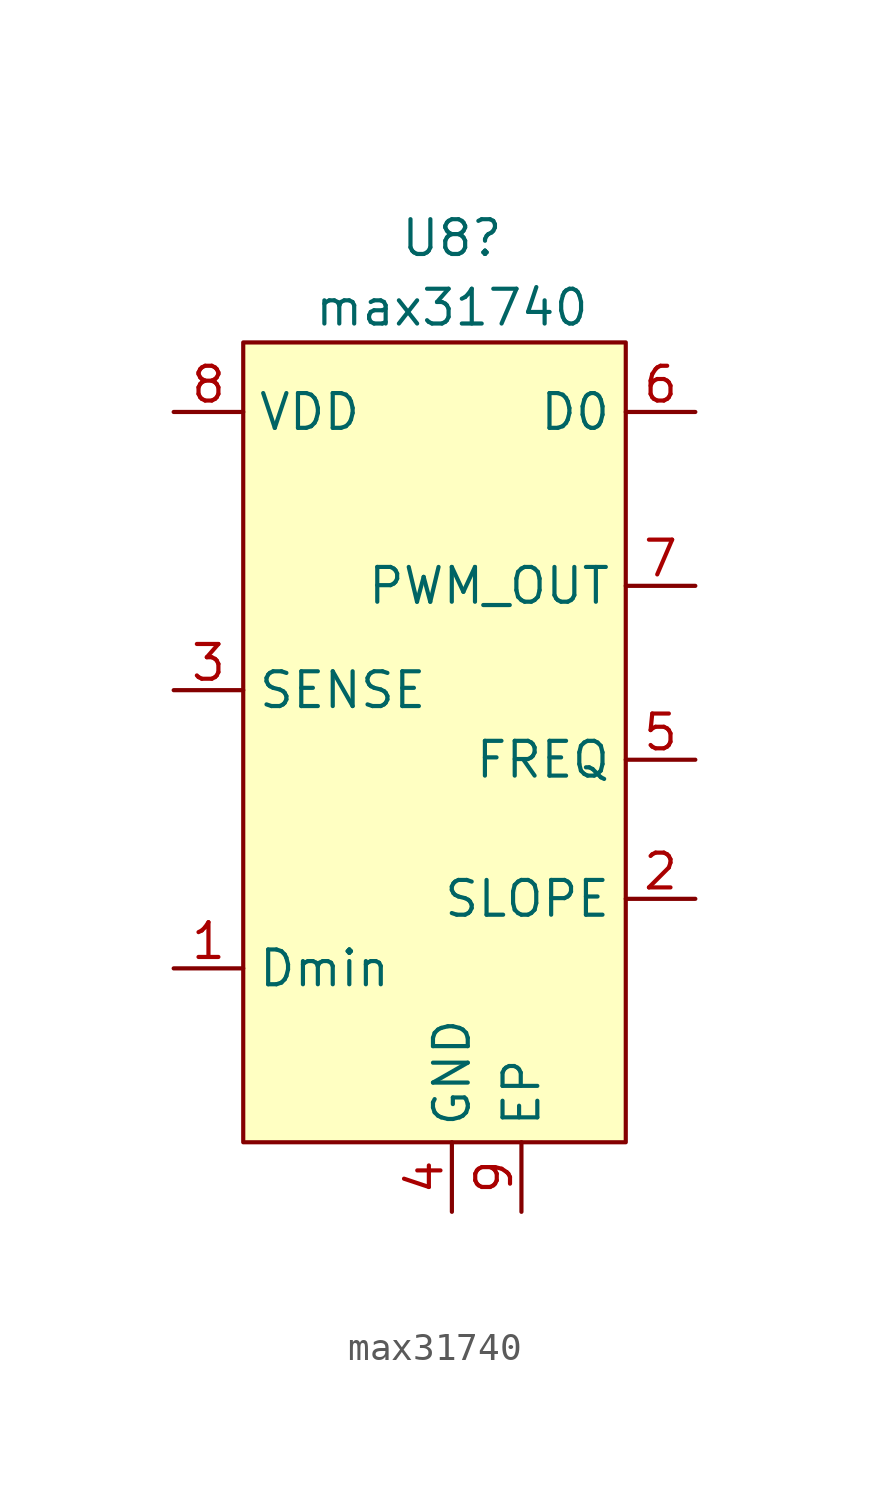
<source format=kicad_sym>
(kicad_symbol_lib
  (version 20211014)
  (generator kicad_symbol_editor)
  (symbol "max31740"
    (property "Reference" "U8"
      (at 1.27 5.08 0)
      (effects (font (size 1.27 1.27))))
    (property "Value" "max31740"
      (at 1.27 2.54 0)
      (effects (font (size 1.27 1.27))))
    (symbol "max31740_0_1"
      (rectangle (start -6.35 1.27) (end 7.62 -27.94) (stroke (width 0.152) (type default) (color 0 0 0 0)) (fill (type background))))
    (symbol "max31740_1_1"
      (pin input line (at -8.89 -21.59 0) (length 2.54) (name "Dmin" (effects (font (size 1.27 1.27)))) (number "1" (effects (font (size 1.27 1.27)))))
      (pin input line (at 10.16 -19.05 180) (length 2.54) (name "SLOPE" (effects (font (size 1.27 1.27)))) (number "2" (effects (font (size 1.27 1.27)))))
      (pin input line (at -8.89 -11.43 0) (length 2.54) (name "SENSE" (effects (font (size 1.27 1.27)))) (number "3" (effects (font (size 1.27 1.27)))))
      (pin input line (at 1.27 -30.48 90) (length 2.54) (name "GND" (effects (font (size 1.27 1.27)))) (number "4" (effects (font (size 1.27 1.27)))))
      (pin input line (at 10.16 -13.97 180) (length 2.54) (name "FREQ" (effects (font (size 1.27 1.27)))) (number "5" (effects (font (size 1.27 1.27)))))
      (pin input line (at 10.16 -1.27 180) (length 2.54) (name "D0" (effects (font (size 1.27 1.27)))) (number "6" (effects (font (size 1.27 1.27)))))
      (pin input line (at 10.16 -7.62 180) (length 2.54) (name "PWM_OUT" (effects (font (size 1.27 1.27)))) (number "7" (effects (font (size 1.27 1.27)))))
      (pin input line (at -8.89 -1.27 0) (length 2.54) (name "VDD" (effects (font (size 1.27 1.27)))) (number "8" (effects (font (size 1.27 1.27)))))
      (pin input line (at 3.81 -30.48 90) (length 2.54) (name "EP" (effects (font (size 1.27 1.27)))) (number "9" (effects (font (size 1.27 1.27))))))))
</source>
